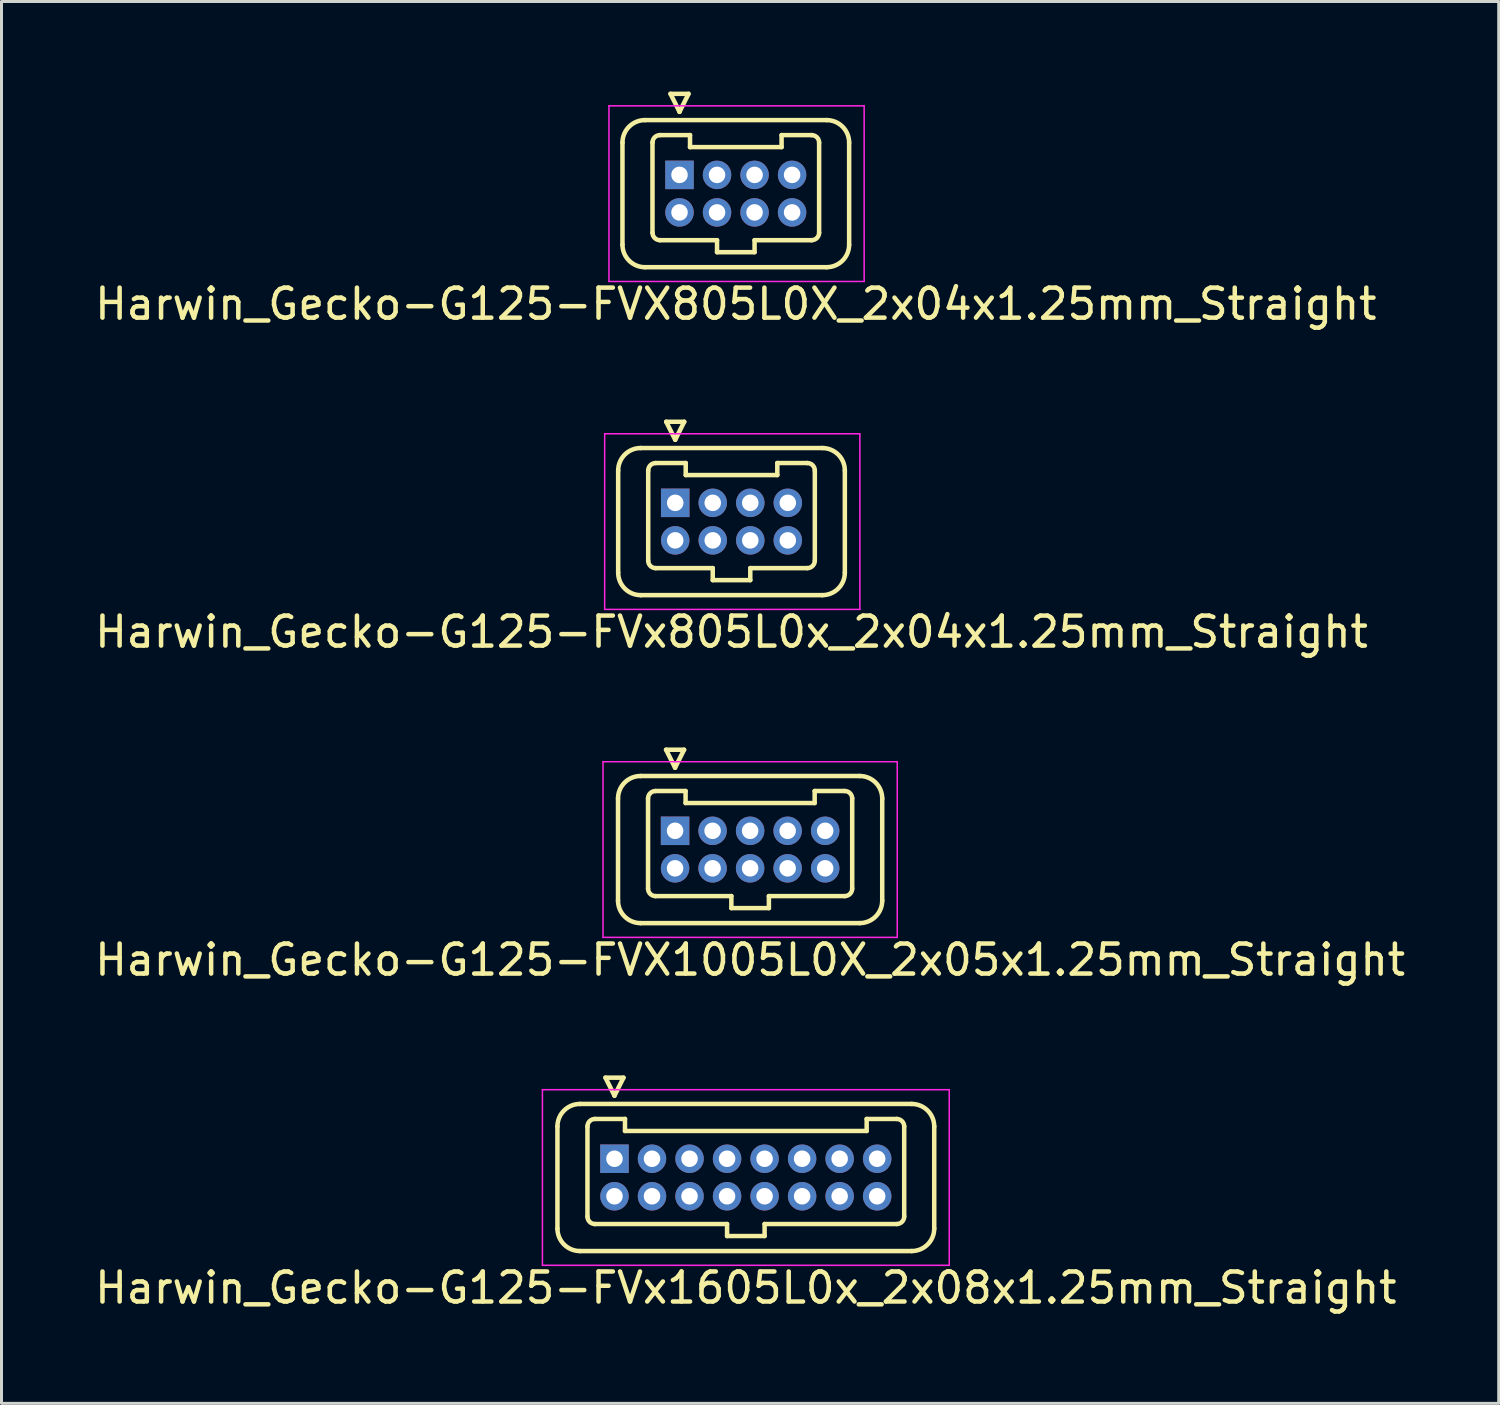
<source format=kicad_pcb>
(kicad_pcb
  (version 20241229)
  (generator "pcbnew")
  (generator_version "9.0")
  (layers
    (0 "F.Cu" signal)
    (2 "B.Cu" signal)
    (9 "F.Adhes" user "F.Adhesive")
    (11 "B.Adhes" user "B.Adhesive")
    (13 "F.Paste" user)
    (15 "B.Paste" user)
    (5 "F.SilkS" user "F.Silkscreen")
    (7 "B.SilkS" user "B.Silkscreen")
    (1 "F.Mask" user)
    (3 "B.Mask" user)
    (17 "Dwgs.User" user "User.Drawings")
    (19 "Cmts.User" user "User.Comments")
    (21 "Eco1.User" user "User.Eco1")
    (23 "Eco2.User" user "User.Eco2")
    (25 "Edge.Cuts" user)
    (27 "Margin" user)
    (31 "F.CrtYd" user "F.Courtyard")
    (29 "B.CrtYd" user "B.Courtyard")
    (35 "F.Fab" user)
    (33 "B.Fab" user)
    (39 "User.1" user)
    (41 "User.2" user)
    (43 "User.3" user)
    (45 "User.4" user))
  (footprint "Harwin_Gecko-G125-FVx805L0x_2x04x1.25mm_Straight"
    (layer "F.Cu")
    (at 19.44 13.698)
    (property "Reference" "Harwin_Gecko-G125-FVx805L0x_2x04x1.25mm_Straight" (at 1.875 4.3 0) (layer "F.SilkS") (effects (font (size 1 1) (thickness 0.15))))
    (attr through_hole)
    (fp_line (start -1.9 -1.075) (end -1.9 2.325) (stroke (width 0.15) (type solid)) (layer "F.SilkS"))
    (fp_line (start -1.15 -1.825) (end 4.9 -1.825) (stroke (width 0.15) (type solid)) (layer "F.SilkS"))
    (fp_line (start -1.15 3.075) (end 4.9 3.075) (stroke (width 0.15) (type solid)) (layer "F.SilkS"))
    (fp_line (start -0.9 -1.075) (end -0.9 1.925) (stroke (width 0.15) (type solid)) (layer "F.SilkS"))
    (fp_line (start -0.65 -1.325) (end 0.35 -1.325) (stroke (width 0.15) (type solid)) (layer "F.SilkS"))
    (fp_line (start -0.65 2.175) (end 1.25 2.175) (stroke (width 0.15) (type solid)) (layer "F.SilkS"))
    (fp_line (start -0.3 -2.7) (end 0.3 -2.7) (stroke (width 0.15) (type solid)) (layer "F.SilkS"))
    (fp_line (start 0 -2.1) (end -0.3 -2.7) (stroke (width 0.15) (type solid)) (layer "F.SilkS"))
    (fp_line (start 0.3 -2.7) (end 0 -2.1) (stroke (width 0.15) (type solid)) (layer "F.SilkS"))
    (fp_line (start 0.35 -1.325) (end 0.35 -0.925) (stroke (width 0.15) (type solid)) (layer "F.SilkS"))
    (fp_line (start 0.35 -0.925) (end 3.4 -0.925) (stroke (width 0.15) (type solid)) (layer "F.SilkS"))
    (fp_line (start 1.25 2.175) (end 1.25 2.575) (stroke (width 0.15) (type solid)) (layer "F.SilkS"))
    (fp_line (start 1.25 2.575) (end 2.5 2.575) (stroke (width 0.15) (type solid)) (layer "F.SilkS"))
    (fp_line (start 2.5 2.175) (end 4.4 2.175) (stroke (width 0.15) (type solid)) (layer "F.SilkS"))
    (fp_line (start 2.5 2.575) (end 2.5 2.175) (stroke (width 0.15) (type solid)) (layer "F.SilkS"))
    (fp_line (start 3.4 -1.325) (end 4.4 -1.325) (stroke (width 0.15) (type solid)) (layer "F.SilkS"))
    (fp_line (start 3.4 -0.925) (end 3.4 -1.325) (stroke (width 0.15) (type solid)) (layer "F.SilkS"))
    (fp_line (start 4.65 -1.075) (end 4.65 1.925) (stroke (width 0.15) (type solid)) (layer "F.SilkS"))
    (fp_line (start 5.65 -1.075) (end 5.65 2.325) (stroke (width 0.15) (type solid)) (layer "F.SilkS"))
    (fp_arc (start -1.9 -1.075) (mid -1.68033 -1.60533) (end -1.15 -1.825) (stroke (width 0.15) (type solid)) (layer "F.SilkS"))
    (fp_arc (start -1.15 3.075) (mid -1.68033 2.85533) (end -1.9 2.325) (stroke (width 0.15) (type solid)) (layer "F.SilkS"))
    (fp_arc (start -0.9 -1.075) (mid -0.826777 -1.251777) (end -0.65 -1.325) (stroke (width 0.15) (type solid)) (layer "F.SilkS"))
    (fp_arc (start -0.65 2.175) (mid -0.826777 2.101777) (end -0.9 1.925) (stroke (width 0.15) (type solid)) (layer "F.SilkS"))
    (fp_arc (start 4.4 -1.325) (mid 4.576777 -1.251777) (end 4.65 -1.075) (stroke (width 0.15) (type solid)) (layer "F.SilkS"))
    (fp_arc (start 4.65 1.925) (mid 4.576777 2.101777) (end 4.4 2.175) (stroke (width 0.15) (type solid)) (layer "F.SilkS"))
    (fp_arc (start 4.9 -1.825) (mid 5.43033 -1.60533) (end 5.65 -1.075) (stroke (width 0.15) (type solid)) (layer "F.SilkS"))
    (fp_arc (start 5.65 2.325) (mid 5.43033 2.85533) (end 4.9 3.075) (stroke (width 0.15) (type solid)) (layer "F.SilkS"))
    (fp_line (start -2.35 -2.3) (end -2.35 3.55) (stroke (width 0.05) (type solid)) (layer "F.CrtYd"))
    (fp_line (start -2.35 3.55) (end 6.15 3.55) (stroke (width 0.05) (type solid)) (layer "F.CrtYd"))
    (fp_line (start 6.15 -2.3) (end -2.35 -2.3) (stroke (width 0.05) (type solid)) (layer "F.CrtYd"))
    (fp_line (start 6.15 3.55) (end 6.15 -2.3) (stroke (width 0.05) (type solid)) (layer "F.CrtYd"))
    (pad "1" thru_hole rect (at 0 0) (size 0.95 0.95) (drill 0.55) (layers "*.Cu" "*.Mask"))
    (pad "2" thru_hole circle (at 0 1.25) (size 0.95 0.95) (drill 0.55) (layers "*.Cu" "*.Mask"))
    (pad "3" thru_hole circle (at 1.25 0) (size 0.95 0.95) (drill 0.55) (layers "*.Cu" "*.Mask"))
    (pad "4" thru_hole circle (at 1.25 1.25) (size 0.95 0.95) (drill 0.55) (layers "*.Cu" "*.Mask"))
    (pad "5" thru_hole circle (at 2.5 0) (size 0.95 0.95) (drill 0.55) (layers "*.Cu" "*.Mask"))
    (pad "6" thru_hole circle (at 2.5 1.25) (size 0.95 0.95) (drill 0.55) (layers "*.Cu" "*.Mask"))
    (pad "7" thru_hole circle (at 3.75 0) (size 0.95 0.95) (drill 0.55) (layers "*.Cu" "*.Mask"))
    (pad "8" thru_hole circle (at 3.75 1.25) (size 0.95 0.95) (drill 0.55) (layers "*.Cu" "*.Mask")))
  (footprint "Harwin_Gecko-G125-FVx1605L0x_2x08x1.25mm_Straight"
    (layer "F.Cu")
    (at 17.417 35.545)
    (property "Reference" "Harwin_Gecko-G125-FVx1605L0x_2x08x1.25mm_Straight" (at 4.375 4.3 0) (layer "F.SilkS") (effects (font (size 1 1) (thickness 0.15))))
    (attr through_hole)
    (fp_line (start -1.9 -1.075) (end -1.9 2.325) (stroke (width 0.15) (type solid)) (layer "F.SilkS"))
    (fp_line (start -1.15 -1.825) (end 9.9 -1.825) (stroke (width 0.15) (type solid)) (layer "F.SilkS"))
    (fp_line (start -1.15 3.075) (end 9.9 3.075) (stroke (width 0.15) (type solid)) (layer "F.SilkS"))
    (fp_line (start -0.9 -1.075) (end -0.9 1.925) (stroke (width 0.15) (type solid)) (layer "F.SilkS"))
    (fp_line (start -0.65 -1.325) (end 0.35 -1.325) (stroke (width 0.15) (type solid)) (layer "F.SilkS"))
    (fp_line (start -0.65 2.175) (end 3.75 2.175) (stroke (width 0.15) (type solid)) (layer "F.SilkS"))
    (fp_line (start -0.3 -2.7) (end 0.3 -2.7) (stroke (width 0.15) (type solid)) (layer "F.SilkS"))
    (fp_line (start 0 -2.1) (end -0.3 -2.7) (stroke (width 0.15) (type solid)) (layer "F.SilkS"))
    (fp_line (start 0.3 -2.7) (end 0 -2.1) (stroke (width 0.15) (type solid)) (layer "F.SilkS"))
    (fp_line (start 0.35 -1.325) (end 0.35 -0.925) (stroke (width 0.15) (type solid)) (layer "F.SilkS"))
    (fp_line (start 0.35 -0.925) (end 8.4 -0.925) (stroke (width 0.15) (type solid)) (layer "F.SilkS"))
    (fp_line (start 3.75 2.175) (end 3.75 2.575) (stroke (width 0.15) (type solid)) (layer "F.SilkS"))
    (fp_line (start 3.75 2.575) (end 5 2.575) (stroke (width 0.15) (type solid)) (layer "F.SilkS"))
    (fp_line (start 5 2.175) (end 9.4 2.175) (stroke (width 0.15) (type solid)) (layer "F.SilkS"))
    (fp_line (start 5 2.575) (end 5 2.175) (stroke (width 0.15) (type solid)) (layer "F.SilkS"))
    (fp_line (start 8.4 -1.325) (end 9.4 -1.325) (stroke (width 0.15) (type solid)) (layer "F.SilkS"))
    (fp_line (start 8.4 -0.925) (end 8.4 -1.325) (stroke (width 0.15) (type solid)) (layer "F.SilkS"))
    (fp_line (start 9.65 -1.075) (end 9.65 1.925) (stroke (width 0.15) (type solid)) (layer "F.SilkS"))
    (fp_line (start 10.65 -1.075) (end 10.65 2.325) (stroke (width 0.15) (type solid)) (layer "F.SilkS"))
    (fp_arc (start -1.9 -1.075) (mid -1.68033 -1.60533) (end -1.15 -1.825) (stroke (width 0.15) (type solid)) (layer "F.SilkS"))
    (fp_arc (start -1.15 3.075) (mid -1.68033 2.85533) (end -1.9 2.325) (stroke (width 0.15) (type solid)) (layer "F.SilkS"))
    (fp_arc (start -0.9 -1.075) (mid -0.826777 -1.251777) (end -0.65 -1.325) (stroke (width 0.15) (type solid)) (layer "F.SilkS"))
    (fp_arc (start -0.65 2.175) (mid -0.826777 2.101777) (end -0.9 1.925) (stroke (width 0.15) (type solid)) (layer "F.SilkS"))
    (fp_arc (start 9.4 -1.325) (mid 9.576777 -1.251777) (end 9.65 -1.075) (stroke (width 0.15) (type solid)) (layer "F.SilkS"))
    (fp_arc (start 9.65 1.925) (mid 9.576777 2.101777) (end 9.4 2.175) (stroke (width 0.15) (type solid)) (layer "F.SilkS"))
    (fp_arc (start 9.9 -1.825) (mid 10.43033 -1.60533) (end 10.65 -1.075) (stroke (width 0.15) (type solid)) (layer "F.SilkS"))
    (fp_arc (start 10.65 2.325) (mid 10.43033 2.85533) (end 9.9 3.075) (stroke (width 0.15) (type solid)) (layer "F.SilkS"))
    (fp_line (start -2.4 -2.3) (end -2.4 3.55) (stroke (width 0.05) (type solid)) (layer "F.CrtYd"))
    (fp_line (start -2.4 3.55) (end 11.15 3.55) (stroke (width 0.05) (type solid)) (layer "F.CrtYd"))
    (fp_line (start 11.15 -2.3) (end -2.4 -2.3) (stroke (width 0.05) (type solid)) (layer "F.CrtYd"))
    (fp_line (start 11.15 3.55) (end 11.15 -2.3) (stroke (width 0.05) (type solid)) (layer "F.CrtYd"))
    (pad "1" thru_hole rect (at 0 0) (size 0.95 0.95) (drill 0.55) (layers "*.Cu" "*.Mask"))
    (pad "2" thru_hole circle (at 0 1.25) (size 0.95 0.95) (drill 0.55) (layers "*.Cu" "*.Mask"))
    (pad "3" thru_hole circle (at 1.25 0) (size 0.95 0.95) (drill 0.55) (layers "*.Cu" "*.Mask"))
    (pad "4" thru_hole circle (at 1.25 1.25) (size 0.95 0.95) (drill 0.55) (layers "*.Cu" "*.Mask"))
    (pad "5" thru_hole circle (at 2.5 0) (size 0.95 0.95) (drill 0.55) (layers "*.Cu" "*.Mask"))
    (pad "6" thru_hole circle (at 2.5 1.25) (size 0.95 0.95) (drill 0.55) (layers "*.Cu" "*.Mask"))
    (pad "7" thru_hole circle (at 3.75 0) (size 0.95 0.95) (drill 0.55) (layers "*.Cu" "*.Mask"))
    (pad "8" thru_hole circle (at 3.75 1.25) (size 0.95 0.95) (drill 0.55) (layers "*.Cu" "*.Mask"))
    (pad "9" thru_hole circle (at 5 0) (size 0.95 0.95) (drill 0.55) (layers "*.Cu" "*.Mask"))
    (pad "10" thru_hole circle (at 5 1.25) (size 0.95 0.95) (drill 0.55) (layers "*.Cu" "*.Mask"))
    (pad "11" thru_hole circle (at 6.25 0) (size 0.95 0.95) (drill 0.55) (layers "*.Cu" "*.Mask"))
    (pad "12" thru_hole circle (at 6.25 1.25) (size 0.95 0.95) (drill 0.55) (layers "*.Cu" "*.Mask"))
    (pad "13" thru_hole circle (at 7.5 0) (size 0.95 0.95) (drill 0.55) (layers "*.Cu" "*.Mask"))
    (pad "14" thru_hole circle (at 7.5 1.25) (size 0.95 0.95) (drill 0.55) (layers "*.Cu" "*.Mask"))
    (pad "15" thru_hole circle (at 8.75 0) (size 0.95 0.95) (drill 0.55) (layers "*.Cu" "*.Mask"))
    (pad "16" thru_hole circle (at 8.75 1.25) (size 0.95 0.95) (drill 0.55) (layers "*.Cu" "*.Mask")))
  (footprint "Harwin_Gecko-G125-FVX805L0X_2x04x1.25mm_Straight"
    (layer "F.Cu")
    (at 19.583 2.775)
    (property "Reference" "Harwin_Gecko-G125-FVX805L0X_2x04x1.25mm_Straight" (at 1.875 4.3 0) (layer "F.SilkS") (effects (font (size 1 1) (thickness 0.15))))
    (attr through_hole)
    (fp_line (start -1.9 -1.075) (end -1.9 2.325) (stroke (width 0.15) (type solid)) (layer "F.SilkS"))
    (fp_line (start -1.15 -1.825) (end 4.9 -1.825) (stroke (width 0.15) (type solid)) (layer "F.SilkS"))
    (fp_line (start -1.15 3.075) (end 4.9 3.075) (stroke (width 0.15) (type solid)) (layer "F.SilkS"))
    (fp_line (start -0.9 -1.075) (end -0.9 1.925) (stroke (width 0.15) (type solid)) (layer "F.SilkS"))
    (fp_line (start -0.65 -1.325) (end 0.35 -1.325) (stroke (width 0.15) (type solid)) (layer "F.SilkS"))
    (fp_line (start -0.65 2.175) (end 1.25 2.175) (stroke (width 0.15) (type solid)) (layer "F.SilkS"))
    (fp_line (start -0.3 -2.7) (end 0.3 -2.7) (stroke (width 0.15) (type solid)) (layer "F.SilkS"))
    (fp_line (start 0 -2.1) (end -0.3 -2.7) (stroke (width 0.15) (type solid)) (layer "F.SilkS"))
    (fp_line (start 0.3 -2.7) (end 0 -2.1) (stroke (width 0.15) (type solid)) (layer "F.SilkS"))
    (fp_line (start 0.35 -1.325) (end 0.35 -0.925) (stroke (width 0.15) (type solid)) (layer "F.SilkS"))
    (fp_line (start 0.35 -0.925) (end 3.4 -0.925) (stroke (width 0.15) (type solid)) (layer "F.SilkS"))
    (fp_line (start 1.25 2.175) (end 1.25 2.575) (stroke (width 0.15) (type solid)) (layer "F.SilkS"))
    (fp_line (start 1.25 2.575) (end 2.5 2.575) (stroke (width 0.15) (type solid)) (layer "F.SilkS"))
    (fp_line (start 2.5 2.175) (end 4.4 2.175) (stroke (width 0.15) (type solid)) (layer "F.SilkS"))
    (fp_line (start 2.5 2.575) (end 2.5 2.175) (stroke (width 0.15) (type solid)) (layer "F.SilkS"))
    (fp_line (start 3.4 -1.325) (end 4.4 -1.325) (stroke (width 0.15) (type solid)) (layer "F.SilkS"))
    (fp_line (start 3.4 -0.925) (end 3.4 -1.325) (stroke (width 0.15) (type solid)) (layer "F.SilkS"))
    (fp_line (start 4.65 -1.075) (end 4.65 1.925) (stroke (width 0.15) (type solid)) (layer "F.SilkS"))
    (fp_line (start 5.65 -1.075) (end 5.65 2.325) (stroke (width 0.15) (type solid)) (layer "F.SilkS"))
    (fp_arc (start -1.9 -1.075) (mid -1.68033 -1.60533) (end -1.15 -1.825) (stroke (width 0.15) (type solid)) (layer "F.SilkS"))
    (fp_arc (start -1.15 3.075) (mid -1.68033 2.85533) (end -1.9 2.325) (stroke (width 0.15) (type solid)) (layer "F.SilkS"))
    (fp_arc (start -0.9 -1.075) (mid -0.826777 -1.251777) (end -0.65 -1.325) (stroke (width 0.15) (type solid)) (layer "F.SilkS"))
    (fp_arc (start -0.65 2.175) (mid -0.826777 2.101777) (end -0.9 1.925) (stroke (width 0.15) (type solid)) (layer "F.SilkS"))
    (fp_arc (start 4.4 -1.325) (mid 4.576777 -1.251777) (end 4.65 -1.075) (stroke (width 0.15) (type solid)) (layer "F.SilkS"))
    (fp_arc (start 4.65 1.925) (mid 4.576777 2.101777) (end 4.4 2.175) (stroke (width 0.15) (type solid)) (layer "F.SilkS"))
    (fp_arc (start 4.9 -1.825) (mid 5.43033 -1.60533) (end 5.65 -1.075) (stroke (width 0.15) (type solid)) (layer "F.SilkS"))
    (fp_arc (start 5.65 2.325) (mid 5.43033 2.85533) (end 4.9 3.075) (stroke (width 0.15) (type solid)) (layer "F.SilkS"))
    (fp_line (start -2.35 -2.3) (end -2.35 3.55) (stroke (width 0.05) (type solid)) (layer "F.CrtYd"))
    (fp_line (start -2.35 3.55) (end 6.15 3.55) (stroke (width 0.05) (type solid)) (layer "F.CrtYd"))
    (fp_line (start 6.15 -2.3) (end -2.35 -2.3) (stroke (width 0.05) (type solid)) (layer "F.CrtYd"))
    (fp_line (start 6.15 3.55) (end 6.15 -2.3) (stroke (width 0.05) (type solid)) (layer "F.CrtYd"))
    (pad "1" thru_hole rect (at 0 0) (size 0.95 0.95) (drill 0.55) (layers "*.Cu" "*.Mask"))
    (pad "2" thru_hole circle (at 0 1.25) (size 0.95 0.95) (drill 0.55) (layers "*.Cu" "*.Mask"))
    (pad "3" thru_hole circle (at 1.25 0) (size 0.95 0.95) (drill 0.55) (layers "*.Cu" "*.Mask"))
    (pad "4" thru_hole circle (at 1.25 1.25) (size 0.95 0.95) (drill 0.55) (layers "*.Cu" "*.Mask"))
    (pad "5" thru_hole circle (at 2.5 0) (size 0.95 0.95) (drill 0.55) (layers "*.Cu" "*.Mask"))
    (pad "6" thru_hole circle (at 2.5 1.25) (size 0.95 0.95) (drill 0.55) (layers "*.Cu" "*.Mask"))
    (pad "7" thru_hole circle (at 3.75 0) (size 0.95 0.95) (drill 0.55) (layers "*.Cu" "*.Mask"))
    (pad "8" thru_hole circle (at 3.75 1.25) (size 0.95 0.95) (drill 0.55) (layers "*.Cu" "*.Mask")))
  (footprint "Harwin_Gecko-G125-FVX1005L0X_2x05x1.25mm_Straight"
    (layer "F.Cu")
    (at 19.435 24.622)
    (property "Reference" "Harwin_Gecko-G125-FVX1005L0X_2x05x1.25mm_Straight" (at 2.5 4.3 0) (layer "F.SilkS") (effects (font (size 1 1) (thickness 0.15))))
    (attr through_hole)
    (fp_line (start -1.9 -1.075) (end -1.9 2.325) (stroke (width 0.15) (type solid)) (layer "F.SilkS"))
    (fp_line (start -1.15 -1.825) (end 6.15 -1.825) (stroke (width 0.15) (type solid)) (layer "F.SilkS"))
    (fp_line (start -1.15 3.075) (end 6.15 3.075) (stroke (width 0.15) (type solid)) (layer "F.SilkS"))
    (fp_line (start -0.9 -1.075) (end -0.9 1.925) (stroke (width 0.15) (type solid)) (layer "F.SilkS"))
    (fp_line (start -0.65 -1.325) (end 0.35 -1.325) (stroke (width 0.15) (type solid)) (layer "F.SilkS"))
    (fp_line (start -0.65 2.175) (end 1.875 2.175) (stroke (width 0.15) (type solid)) (layer "F.SilkS"))
    (fp_line (start -0.3 -2.7) (end 0.3 -2.7) (stroke (width 0.15) (type solid)) (layer "F.SilkS"))
    (fp_line (start 0 -2.1) (end -0.3 -2.7) (stroke (width 0.15) (type solid)) (layer "F.SilkS"))
    (fp_line (start 0.3 -2.7) (end 0 -2.1) (stroke (width 0.15) (type solid)) (layer "F.SilkS"))
    (fp_line (start 0.35 -1.325) (end 0.35 -0.925) (stroke (width 0.15) (type solid)) (layer "F.SilkS"))
    (fp_line (start 0.35 -0.925) (end 4.65 -0.925) (stroke (width 0.15) (type solid)) (layer "F.SilkS"))
    (fp_line (start 1.875 2.175) (end 1.875 2.575) (stroke (width 0.15) (type solid)) (layer "F.SilkS"))
    (fp_line (start 1.875 2.575) (end 3.125 2.575) (stroke (width 0.15) (type solid)) (layer "F.SilkS"))
    (fp_line (start 3.125 2.175) (end 5.65 2.175) (stroke (width 0.15) (type solid)) (layer "F.SilkS"))
    (fp_line (start 3.125 2.575) (end 3.125 2.175) (stroke (width 0.15) (type solid)) (layer "F.SilkS"))
    (fp_line (start 4.65 -1.325) (end 5.65 -1.325) (stroke (width 0.15) (type solid)) (layer "F.SilkS"))
    (fp_line (start 4.65 -0.925) (end 4.65 -1.325) (stroke (width 0.15) (type solid)) (layer "F.SilkS"))
    (fp_line (start 5.9 -1.075) (end 5.9 1.925) (stroke (width 0.15) (type solid)) (layer "F.SilkS"))
    (fp_line (start 6.9 -1.075) (end 6.9 2.325) (stroke (width 0.15) (type solid)) (layer "F.SilkS"))
    (fp_arc (start -1.9 -1.075) (mid -1.68033 -1.60533) (end -1.15 -1.825) (stroke (width 0.15) (type solid)) (layer "F.SilkS"))
    (fp_arc (start -1.15 3.075) (mid -1.68033 2.85533) (end -1.9 2.325) (stroke (width 0.15) (type solid)) (layer "F.SilkS"))
    (fp_arc (start -0.9 -1.075) (mid -0.826777 -1.251777) (end -0.65 -1.325) (stroke (width 0.15) (type solid)) (layer "F.SilkS"))
    (fp_arc (start -0.65 2.175) (mid -0.826777 2.101777) (end -0.9 1.925) (stroke (width 0.15) (type solid)) (layer "F.SilkS"))
    (fp_arc (start 5.65 -1.325) (mid 5.826777 -1.251777) (end 5.9 -1.075) (stroke (width 0.15) (type solid)) (layer "F.SilkS"))
    (fp_arc (start 5.9 1.925) (mid 5.826777 2.101777) (end 5.65 2.175) (stroke (width 0.15) (type solid)) (layer "F.SilkS"))
    (fp_arc (start 6.15 -1.825) (mid 6.68033 -1.60533) (end 6.9 -1.075) (stroke (width 0.15) (type solid)) (layer "F.SilkS"))
    (fp_arc (start 6.9 2.325) (mid 6.68033 2.85533) (end 6.15 3.075) (stroke (width 0.15) (type solid)) (layer "F.SilkS"))
    (fp_line (start -2.4 -2.3) (end -2.4 3.55) (stroke (width 0.05) (type solid)) (layer "F.CrtYd"))
    (fp_line (start -2.4 3.55) (end 7.4 3.55) (stroke (width 0.05) (type solid)) (layer "F.CrtYd"))
    (fp_line (start 7.4 -2.3) (end -2.4 -2.3) (stroke (width 0.05) (type solid)) (layer "F.CrtYd"))
    (fp_line (start 7.4 3.55) (end 7.4 -2.3) (stroke (width 0.05) (type solid)) (layer "F.CrtYd"))
    (pad "1" thru_hole rect (at 0 0) (size 0.95 0.95) (drill 0.55) (layers "*.Cu" "*.Mask"))
    (pad "2" thru_hole circle (at 1.25 0) (size 0.95 0.95) (drill 0.55) (layers "*.Cu" "*.Mask"))
    (pad "3" thru_hole circle (at 2.5 0) (size 0.95 0.95) (drill 0.55) (layers "*.Cu" "*.Mask"))
    (pad "4" thru_hole circle (at 3.75 0) (size 0.95 0.95) (drill 0.55) (layers "*.Cu" "*.Mask"))
    (pad "5" thru_hole circle (at 5 0) (size 0.95 0.95) (drill 0.55) (layers "*.Cu" "*.Mask"))
    (pad "6" thru_hole circle (at 0 1.25) (size 0.95 0.95) (drill 0.55) (layers "*.Cu" "*.Mask"))
    (pad "7" thru_hole circle (at 1.25 1.25) (size 0.95 0.95) (drill 0.55) (layers "*.Cu" "*.Mask"))
    (pad "8" thru_hole circle (at 2.5 1.25) (size 0.95 0.95) (drill 0.55) (layers "*.Cu" "*.Mask"))
    (pad "9" thru_hole circle (at 3.75 1.25) (size 0.95 0.95) (drill 0.55) (layers "*.Cu" "*.Mask"))
    (pad "10" thru_hole circle (at 5 1.25) (size 0.95 0.95) (drill 0.55) (layers "*.Cu" "*.Mask")))
  (gr_rect
    (start -3 -3)
    (end 46.869 43.693)
    (stroke (width 0.1) (type default))
    (fill no)
    (layer "Edge.Cuts")))
</source>
